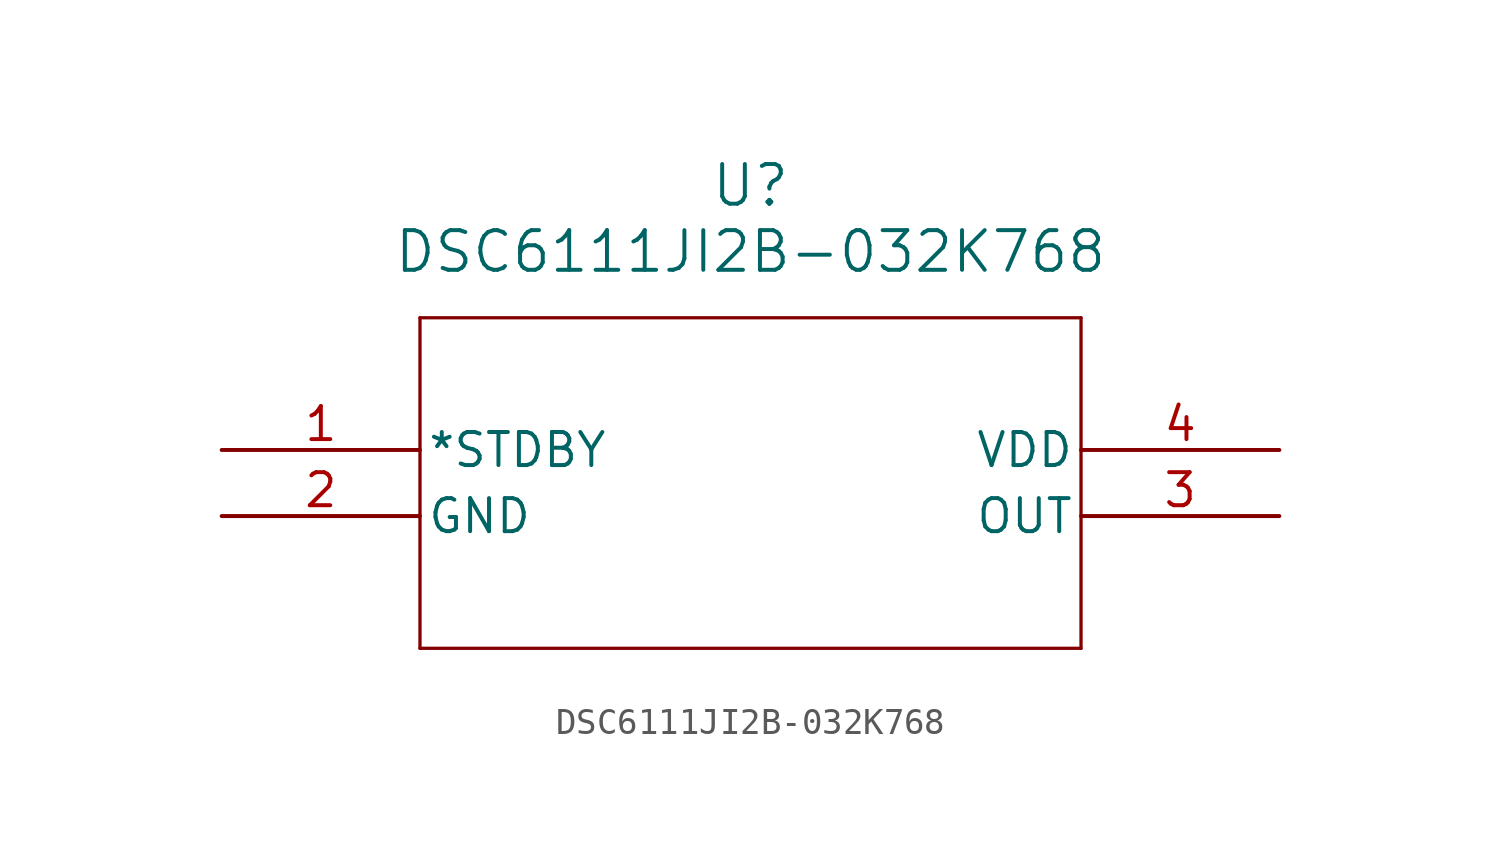
<source format=kicad_sym>
(kicad_symbol_lib
  (version 20211014)
  (generator kicad_symbol_editor)
  (symbol "DSC6111JI2B-032K768"
    (pin_names
      (offset 0.254))
    (property "Reference" "U"
      (at 20.32 10.16 0)
      (effects (font (size 1.524 1.524))))
    (property "Value" "DSC6111JI2B-032K768"
      (at 20.32 7.62 0)
      (effects (font (size 1.524 1.524))))
    (symbol "DSC6111JI2B-032K768_0_1"
      (polyline (pts (xy 7.62 5.08) (xy 7.62 -7.62)) (stroke (width 0.127) (type default) (color 0 0 0 0)) (fill (type none)))
      (polyline (pts (xy 7.62 -7.62) (xy 33.02 -7.62)) (stroke (width 0.127) (type default) (color 0 0 0 0)) (fill (type none)))
      (polyline (pts (xy 33.02 -7.62) (xy 33.02 5.08)) (stroke (width 0.127) (type default) (color 0 0 0 0)) (fill (type none)))
      (polyline (pts (xy 33.02 5.08) (xy 7.62 5.08)) (stroke (width 0.127) (type default) (color 0 0 0 0)) (fill (type none)))
      (pin unspecified line (at 0 0 0) (length 7.62) (name "*STDBY" (effects (font (size 1.27 1.27)))) (number "1" (effects (font (size 1.27 1.27)))))
      (pin power_out line (at 0 -2.54 0) (length 7.62) (name "GND" (effects (font (size 1.27 1.27)))) (number "2" (effects (font (size 1.27 1.27)))))
      (pin output line (at 40.64 -2.54 180) (length 7.62) (name "OUT" (effects (font (size 1.27 1.27)))) (number "3" (effects (font (size 1.27 1.27)))))
      (pin power_in line (at 40.64 0 180) (length 7.62) (name "VDD" (effects (font (size 1.27 1.27)))) (number "4" (effects (font (size 1.27 1.27))))))))
</source>
